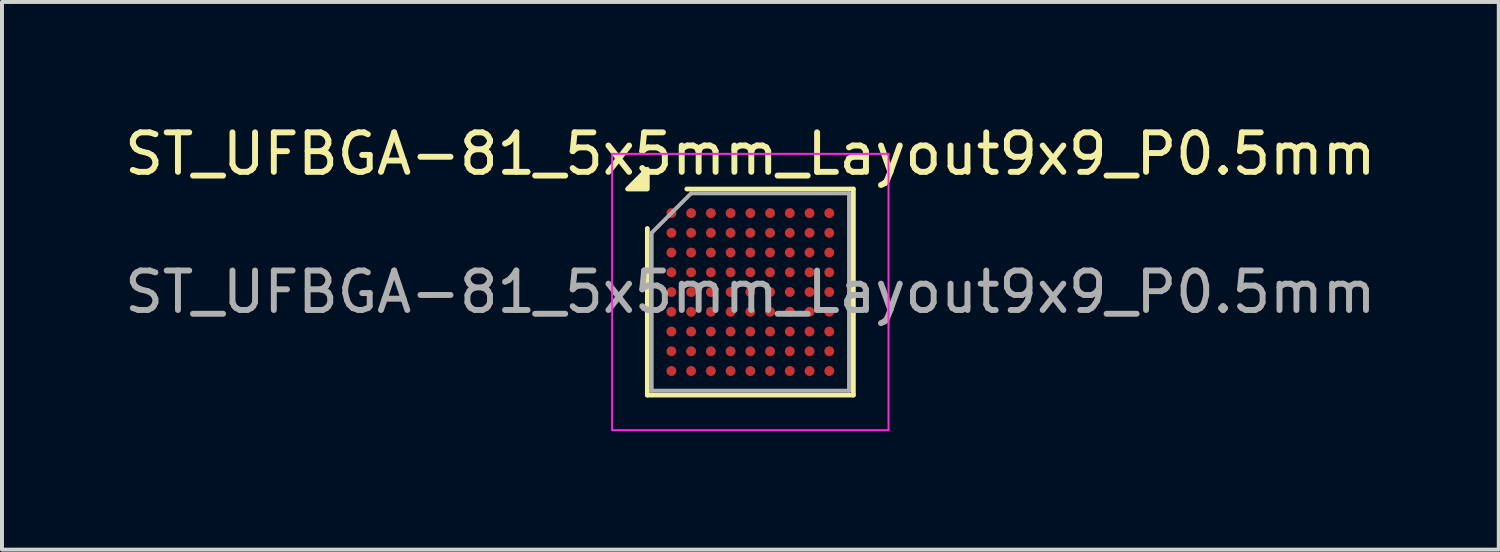
<source format=kicad_pcb>
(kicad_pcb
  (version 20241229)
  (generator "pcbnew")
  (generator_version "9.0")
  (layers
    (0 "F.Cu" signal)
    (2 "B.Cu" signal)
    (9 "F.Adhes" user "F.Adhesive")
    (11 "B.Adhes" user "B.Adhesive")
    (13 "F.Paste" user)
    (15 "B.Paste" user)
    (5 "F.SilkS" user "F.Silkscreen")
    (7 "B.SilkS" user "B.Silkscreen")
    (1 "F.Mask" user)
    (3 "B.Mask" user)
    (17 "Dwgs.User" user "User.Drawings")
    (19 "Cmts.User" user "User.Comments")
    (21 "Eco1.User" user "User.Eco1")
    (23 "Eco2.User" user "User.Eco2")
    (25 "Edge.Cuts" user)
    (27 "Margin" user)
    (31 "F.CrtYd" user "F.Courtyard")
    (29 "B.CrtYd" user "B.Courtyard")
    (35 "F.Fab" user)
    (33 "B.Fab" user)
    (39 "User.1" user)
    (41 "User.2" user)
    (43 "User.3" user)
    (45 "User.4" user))
  (footprint "ST_UFBGA-81_5x5mm_Layout9x9_P0.5mm"
    (layer "F.Cu")
    (at 15.958 4.348)
    (property "Reference" "ST_UFBGA-81_5x5mm_Layout9x9_P0.5mm" (at 0 -3.5 0) (layer "F.SilkS") (effects (font (size 1 1) (thickness 0.15))))
    (attr smd)
    (fp_line (start -2.61 2.61) (end -2.61 -1.61) (stroke (width 0.12) (type solid)) (layer "F.SilkS"))
    (fp_line (start -1.61 -2.61) (end 2.61 -2.61) (stroke (width 0.12) (type solid)) (layer "F.SilkS"))
    (fp_line (start 2.61 -2.61) (end 2.61 2.61) (stroke (width 0.12) (type solid)) (layer "F.SilkS"))
    (fp_line (start 2.61 2.61) (end -2.61 2.61) (stroke (width 0.12) (type solid)) (layer "F.SilkS"))
    (fp_poly (pts (xy -2.61 -2.61) (xy -3.11 -2.61) (xy -2.61 -3.11) (xy -2.61 -2.61)) (stroke (width 0.12) (type solid)) (fill yes) (layer "F.SilkS"))
    (fp_line (start -3.5 -3.5) (end -3.5 3.5) (stroke (width 0.05) (type solid)) (layer "F.CrtYd"))
    (fp_line (start -3.5 3.5) (end 3.5 3.5) (stroke (width 0.05) (type solid)) (layer "F.CrtYd"))
    (fp_line (start 3.5 -3.5) (end -3.5 -3.5) (stroke (width 0.05) (type solid)) (layer "F.CrtYd"))
    (fp_line (start 3.5 3.5) (end 3.5 -3.5) (stroke (width 0.05) (type solid)) (layer "F.CrtYd"))
    (fp_line (start -2.5 -1.5) (end -1.5 -2.5) (stroke (width 0.1) (type solid)) (layer "F.Fab"))
    (fp_line (start -2.5 2.5) (end -2.5 -1.5) (stroke (width 0.1) (type solid)) (layer "F.Fab"))
    (fp_line (start -1.5 -2.5) (end 2.5 -2.5) (stroke (width 0.1) (type solid)) (layer "F.Fab"))
    (fp_line (start 2.5 -2.5) (end 2.5 2.5) (stroke (width 0.1) (type solid)) (layer "F.Fab"))
    (fp_line (start 2.5 2.5) (end -2.5 2.5) (stroke (width 0.1) (type solid)) (layer "F.Fab"))
    (fp_text user "${REFERENCE}" (at 0 0 0) (layer "F.Fab") (effects (font (size 1 1) (thickness 0.15))))
    (pad "A1" smd circle (at -2 -2) (size 0.25 0.25) (property pad_prop_bga) (layers "F.Cu" "F.Mask" "F.Paste"))
    (pad "A2" smd circle (at -1.5 -2) (size 0.25 0.25) (property pad_prop_bga) (layers "F.Cu" "F.Mask" "F.Paste"))
    (pad "A3" smd circle (at -1 -2) (size 0.25 0.25) (property pad_prop_bga) (layers "F.Cu" "F.Mask" "F.Paste"))
    (pad "A4" smd circle (at -0.5 -2) (size 0.25 0.25) (property pad_prop_bga) (layers "F.Cu" "F.Mask" "F.Paste"))
    (pad "A5" smd circle (at 0 -2) (size 0.25 0.25) (property pad_prop_bga) (layers "F.Cu" "F.Mask" "F.Paste"))
    (pad "A6" smd circle (at 0.5 -2) (size 0.25 0.25) (property pad_prop_bga) (layers "F.Cu" "F.Mask" "F.Paste"))
    (pad "A7" smd circle (at 1 -2) (size 0.25 0.25) (property pad_prop_bga) (layers "F.Cu" "F.Mask" "F.Paste"))
    (pad "A8" smd circle (at 1.5 -2) (size 0.25 0.25) (property pad_prop_bga) (layers "F.Cu" "F.Mask" "F.Paste"))
    (pad "A9" smd circle (at 2 -2) (size 0.25 0.25) (property pad_prop_bga) (layers "F.Cu" "F.Mask" "F.Paste"))
    (pad "B1" smd circle (at -2 -1.5) (size 0.25 0.25) (property pad_prop_bga) (layers "F.Cu" "F.Mask" "F.Paste"))
    (pad "B2" smd circle (at -1.5 -1.5) (size 0.25 0.25) (property pad_prop_bga) (layers "F.Cu" "F.Mask" "F.Paste"))
    (pad "B3" smd circle (at -1 -1.5) (size 0.25 0.25) (property pad_prop_bga) (layers "F.Cu" "F.Mask" "F.Paste"))
    (pad "B4" smd circle (at -0.5 -1.5) (size 0.25 0.25) (property pad_prop_bga) (layers "F.Cu" "F.Mask" "F.Paste"))
    (pad "B5" smd circle (at 0 -1.5) (size 0.25 0.25) (property pad_prop_bga) (layers "F.Cu" "F.Mask" "F.Paste"))
    (pad "B6" smd circle (at 0.5 -1.5) (size 0.25 0.25) (property pad_prop_bga) (layers "F.Cu" "F.Mask" "F.Paste"))
    (pad "B7" smd circle (at 1 -1.5) (size 0.25 0.25) (property pad_prop_bga) (layers "F.Cu" "F.Mask" "F.Paste"))
    (pad "B8" smd circle (at 1.5 -1.5) (size 0.25 0.25) (property pad_prop_bga) (layers "F.Cu" "F.Mask" "F.Paste"))
    (pad "B9" smd circle (at 2 -1.5) (size 0.25 0.25) (property pad_prop_bga) (layers "F.Cu" "F.Mask" "F.Paste"))
    (pad "C1" smd circle (at -2 -1) (size 0.25 0.25) (property pad_prop_bga) (layers "F.Cu" "F.Mask" "F.Paste"))
    (pad "C2" smd circle (at -1.5 -1) (size 0.25 0.25) (property pad_prop_bga) (layers "F.Cu" "F.Mask" "F.Paste"))
    (pad "C3" smd circle (at -1 -1) (size 0.25 0.25) (property pad_prop_bga) (layers "F.Cu" "F.Mask" "F.Paste"))
    (pad "C4" smd circle (at -0.5 -1) (size 0.25 0.25) (property pad_prop_bga) (layers "F.Cu" "F.Mask" "F.Paste"))
    (pad "C5" smd circle (at 0 -1) (size 0.25 0.25) (property pad_prop_bga) (layers "F.Cu" "F.Mask" "F.Paste"))
    (pad "C6" smd circle (at 0.5 -1) (size 0.25 0.25) (property pad_prop_bga) (layers "F.Cu" "F.Mask" "F.Paste"))
    (pad "C7" smd circle (at 1 -1) (size 0.25 0.25) (property pad_prop_bga) (layers "F.Cu" "F.Mask" "F.Paste"))
    (pad "C8" smd circle (at 1.5 -1) (size 0.25 0.25) (property pad_prop_bga) (layers "F.Cu" "F.Mask" "F.Paste"))
    (pad "C9" smd circle (at 2 -1) (size 0.25 0.25) (property pad_prop_bga) (layers "F.Cu" "F.Mask" "F.Paste"))
    (pad "D1" smd circle (at -2 -0.5) (size 0.25 0.25) (property pad_prop_bga) (layers "F.Cu" "F.Mask" "F.Paste"))
    (pad "D2" smd circle (at -1.5 -0.5) (size 0.25 0.25) (property pad_prop_bga) (layers "F.Cu" "F.Mask" "F.Paste"))
    (pad "D3" smd circle (at -1 -0.5) (size 0.25 0.25) (property pad_prop_bga) (layers "F.Cu" "F.Mask" "F.Paste"))
    (pad "D4" smd circle (at -0.5 -0.5) (size 0.25 0.25) (property pad_prop_bga) (layers "F.Cu" "F.Mask" "F.Paste"))
    (pad "D5" smd circle (at 0 -0.5) (size 0.25 0.25) (property pad_prop_bga) (layers "F.Cu" "F.Mask" "F.Paste"))
    (pad "D6" smd circle (at 0.5 -0.5) (size 0.25 0.25) (property pad_prop_bga) (layers "F.Cu" "F.Mask" "F.Paste"))
    (pad "D7" smd circle (at 1 -0.5) (size 0.25 0.25) (property pad_prop_bga) (layers "F.Cu" "F.Mask" "F.Paste"))
    (pad "D8" smd circle (at 1.5 -0.5) (size 0.25 0.25) (property pad_prop_bga) (layers "F.Cu" "F.Mask" "F.Paste"))
    (pad "D9" smd circle (at 2 -0.5) (size 0.25 0.25) (property pad_prop_bga) (layers "F.Cu" "F.Mask" "F.Paste"))
    (pad "E1" smd circle (at -2 0) (size 0.25 0.25) (property pad_prop_bga) (layers "F.Cu" "F.Mask" "F.Paste"))
    (pad "E2" smd circle (at -1.5 0) (size 0.25 0.25) (property pad_prop_bga) (layers "F.Cu" "F.Mask" "F.Paste"))
    (pad "E3" smd circle (at -1 0) (size 0.25 0.25) (property pad_prop_bga) (layers "F.Cu" "F.Mask" "F.Paste"))
    (pad "E4" smd circle (at -0.5 0) (size 0.25 0.25) (property pad_prop_bga) (layers "F.Cu" "F.Mask" "F.Paste"))
    (pad "E5" smd circle (at 0 0) (size 0.25 0.25) (property pad_prop_bga) (layers "F.Cu" "F.Mask" "F.Paste"))
    (pad "E6" smd circle (at 0.5 0) (size 0.25 0.25) (property pad_prop_bga) (layers "F.Cu" "F.Mask" "F.Paste"))
    (pad "E7" smd circle (at 1 0) (size 0.25 0.25) (property pad_prop_bga) (layers "F.Cu" "F.Mask" "F.Paste"))
    (pad "E8" smd circle (at 1.5 0) (size 0.25 0.25) (property pad_prop_bga) (layers "F.Cu" "F.Mask" "F.Paste"))
    (pad "E9" smd circle (at 2 0) (size 0.25 0.25) (property pad_prop_bga) (layers "F.Cu" "F.Mask" "F.Paste"))
    (pad "F1" smd circle (at -2 0.5) (size 0.25 0.25) (property pad_prop_bga) (layers "F.Cu" "F.Mask" "F.Paste"))
    (pad "F2" smd circle (at -1.5 0.5) (size 0.25 0.25) (property pad_prop_bga) (layers "F.Cu" "F.Mask" "F.Paste"))
    (pad "F3" smd circle (at -1 0.5) (size 0.25 0.25) (property pad_prop_bga) (layers "F.Cu" "F.Mask" "F.Paste"))
    (pad "F4" smd circle (at -0.5 0.5) (size 0.25 0.25) (property pad_prop_bga) (layers "F.Cu" "F.Mask" "F.Paste"))
    (pad "F5" smd circle (at 0 0.5) (size 0.25 0.25) (property pad_prop_bga) (layers "F.Cu" "F.Mask" "F.Paste"))
    (pad "F6" smd circle (at 0.5 0.5) (size 0.25 0.25) (property pad_prop_bga) (layers "F.Cu" "F.Mask" "F.Paste"))
    (pad "F7" smd circle (at 1 0.5) (size 0.25 0.25) (property pad_prop_bga) (layers "F.Cu" "F.Mask" "F.Paste"))
    (pad "F8" smd circle (at 1.5 0.5) (size 0.25 0.25) (property pad_prop_bga) (layers "F.Cu" "F.Mask" "F.Paste"))
    (pad "F9" smd circle (at 2 0.5) (size 0.25 0.25) (property pad_prop_bga) (layers "F.Cu" "F.Mask" "F.Paste"))
    (pad "G1" smd circle (at -2 1) (size 0.25 0.25) (property pad_prop_bga) (layers "F.Cu" "F.Mask" "F.Paste"))
    (pad "G2" smd circle (at -1.5 1) (size 0.25 0.25) (property pad_prop_bga) (layers "F.Cu" "F.Mask" "F.Paste"))
    (pad "G3" smd circle (at -1 1) (size 0.25 0.25) (property pad_prop_bga) (layers "F.Cu" "F.Mask" "F.Paste"))
    (pad "G4" smd circle (at -0.5 1) (size 0.25 0.25) (property pad_prop_bga) (layers "F.Cu" "F.Mask" "F.Paste"))
    (pad "G5" smd circle (at 0 1) (size 0.25 0.25) (property pad_prop_bga) (layers "F.Cu" "F.Mask" "F.Paste"))
    (pad "G6" smd circle (at 0.5 1) (size 0.25 0.25) (property pad_prop_bga) (layers "F.Cu" "F.Mask" "F.Paste"))
    (pad "G7" smd circle (at 1 1) (size 0.25 0.25) (property pad_prop_bga) (layers "F.Cu" "F.Mask" "F.Paste"))
    (pad "G8" smd circle (at 1.5 1) (size 0.25 0.25) (property pad_prop_bga) (layers "F.Cu" "F.Mask" "F.Paste"))
    (pad "G9" smd circle (at 2 1) (size 0.25 0.25) (property pad_prop_bga) (layers "F.Cu" "F.Mask" "F.Paste"))
    (pad "H1" smd circle (at -2 1.5) (size 0.25 0.25) (property pad_prop_bga) (layers "F.Cu" "F.Mask" "F.Paste"))
    (pad "H2" smd circle (at -1.5 1.5) (size 0.25 0.25) (property pad_prop_bga) (layers "F.Cu" "F.Mask" "F.Paste"))
    (pad "H3" smd circle (at -1 1.5) (size 0.25 0.25) (property pad_prop_bga) (layers "F.Cu" "F.Mask" "F.Paste"))
    (pad "H4" smd circle (at -0.5 1.5) (size 0.25 0.25) (property pad_prop_bga) (layers "F.Cu" "F.Mask" "F.Paste"))
    (pad "H5" smd circle (at 0 1.5) (size 0.25 0.25) (property pad_prop_bga) (layers "F.Cu" "F.Mask" "F.Paste"))
    (pad "H6" smd circle (at 0.5 1.5) (size 0.25 0.25) (property pad_prop_bga) (layers "F.Cu" "F.Mask" "F.Paste"))
    (pad "H7" smd circle (at 1 1.5) (size 0.25 0.25) (property pad_prop_bga) (layers "F.Cu" "F.Mask" "F.Paste"))
    (pad "H8" smd circle (at 1.5 1.5) (size 0.25 0.25) (property pad_prop_bga) (layers "F.Cu" "F.Mask" "F.Paste"))
    (pad "H9" smd circle (at 2 1.5) (size 0.25 0.25) (property pad_prop_bga) (layers "F.Cu" "F.Mask" "F.Paste"))
    (pad "J1" smd circle (at -2 2) (size 0.25 0.25) (property pad_prop_bga) (layers "F.Cu" "F.Mask" "F.Paste"))
    (pad "J2" smd circle (at -1.5 2) (size 0.25 0.25) (property pad_prop_bga) (layers "F.Cu" "F.Mask" "F.Paste"))
    (pad "J3" smd circle (at -1 2) (size 0.25 0.25) (property pad_prop_bga) (layers "F.Cu" "F.Mask" "F.Paste"))
    (pad "J4" smd circle (at -0.5 2) (size 0.25 0.25) (property pad_prop_bga) (layers "F.Cu" "F.Mask" "F.Paste"))
    (pad "J5" smd circle (at 0 2) (size 0.25 0.25) (property pad_prop_bga) (layers "F.Cu" "F.Mask" "F.Paste"))
    (pad "J6" smd circle (at 0.5 2) (size 0.25 0.25) (property pad_prop_bga) (layers "F.Cu" "F.Mask" "F.Paste"))
    (pad "J7" smd circle (at 1 2) (size 0.25 0.25) (property pad_prop_bga) (layers "F.Cu" "F.Mask" "F.Paste"))
    (pad "J8" smd circle (at 1.5 2) (size 0.25 0.25) (property pad_prop_bga) (layers "F.Cu" "F.Mask" "F.Paste"))
    (pad "J9" smd circle (at 2 2) (size 0.25 0.25) (property pad_prop_bga) (layers "F.Cu" "F.Mask" "F.Paste")))
  (gr_rect
    (start -3 -3)
    (end 34.917 10.873)
    (stroke (width 0.1) (type default))
    (fill no)
    (layer "Edge.Cuts")))
</source>
